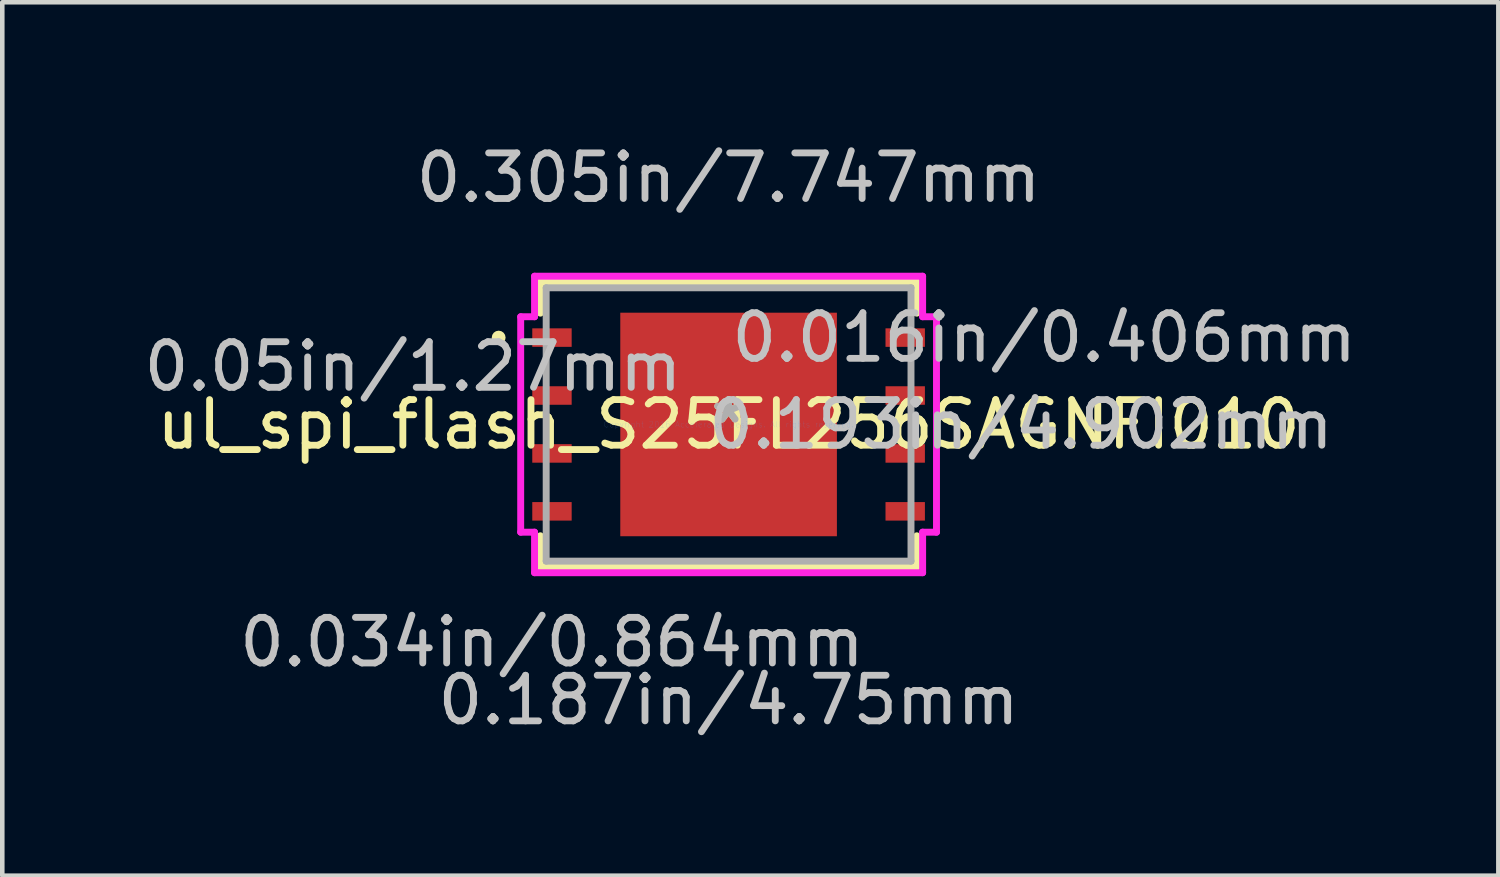
<source format=kicad_pcb>
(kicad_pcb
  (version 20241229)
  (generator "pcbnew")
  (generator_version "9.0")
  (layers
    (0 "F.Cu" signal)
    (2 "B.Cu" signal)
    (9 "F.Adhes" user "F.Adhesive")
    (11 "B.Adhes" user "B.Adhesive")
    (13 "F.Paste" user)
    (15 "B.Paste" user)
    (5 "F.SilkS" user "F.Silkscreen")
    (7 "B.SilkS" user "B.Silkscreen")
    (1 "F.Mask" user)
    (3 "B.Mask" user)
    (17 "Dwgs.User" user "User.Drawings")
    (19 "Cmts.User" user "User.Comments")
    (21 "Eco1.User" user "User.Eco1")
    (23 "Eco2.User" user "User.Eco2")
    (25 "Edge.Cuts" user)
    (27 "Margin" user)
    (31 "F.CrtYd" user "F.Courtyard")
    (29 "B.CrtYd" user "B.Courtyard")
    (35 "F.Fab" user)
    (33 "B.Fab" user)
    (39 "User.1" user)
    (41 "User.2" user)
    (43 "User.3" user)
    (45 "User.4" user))
  (footprint "ul_spi_flash_S25FL256SAGNFI010"
    (layer "F.Cu")
    (at 12.927 6.258)
    (property "Reference" "ul_spi_flash_S25FL256SAGNFI010" (at 0 0 0) (layer "F.SilkS") (effects (font (size 1 1) (thickness 0.15))))
    (attr through_hole)
    (fp_line (start -4.128 -3.124) (end -4.128 -2.441) (stroke (width 0.152) (type solid)) (layer "F.SilkS"))
    (fp_line (start -4.128 2.441) (end -4.128 3.124) (stroke (width 0.152) (type solid)) (layer "F.SilkS"))
    (fp_line (start -4.128 3.124) (end 4.128 3.124) (stroke (width 0.152) (type solid)) (layer "F.SilkS"))
    (fp_line (start 4.128 -3.124) (end -4.128 -3.124) (stroke (width 0.152) (type solid)) (layer "F.SilkS"))
    (fp_line (start 4.128 -2.441) (end 4.128 -3.124) (stroke (width 0.152) (type solid)) (layer "F.SilkS"))
    (fp_line (start 4.128 3.124) (end 4.128 2.441) (stroke (width 0.152) (type solid)) (layer "F.SilkS"))
    (fp_circle (center -5.042 -1.905) (end -4.966 -1.905) (stroke (width 0.152) (type solid)) (fill no) (layer "F.SilkS"))
    (fp_line (start -2.275 -2.351) (end -2.275 -0.917) (stroke (width 0.152) (type solid)) (layer "F.Paste"))
    (fp_line (start -2.275 -0.917) (end -0.892 -0.917) (stroke (width 0.152) (type solid)) (layer "F.Paste"))
    (fp_line (start -2.275 -0.717) (end -2.275 0.717) (stroke (width 0.152) (type solid)) (layer "F.Paste"))
    (fp_line (start -2.275 0.717) (end -0.892 0.717) (stroke (width 0.152) (type solid)) (layer "F.Paste"))
    (fp_line (start -2.275 0.917) (end -2.275 2.351) (stroke (width 0.152) (type solid)) (layer "F.Paste"))
    (fp_line (start -2.275 2.351) (end -0.892 2.351) (stroke (width 0.152) (type solid)) (layer "F.Paste"))
    (fp_line (start -0.892 -2.351) (end -2.275 -2.351) (stroke (width 0.152) (type solid)) (layer "F.Paste"))
    (fp_line (start -0.892 -0.917) (end -0.892 -2.351) (stroke (width 0.152) (type solid)) (layer "F.Paste"))
    (fp_line (start -0.892 -0.717) (end -2.275 -0.717) (stroke (width 0.152) (type solid)) (layer "F.Paste"))
    (fp_line (start -0.892 0.717) (end -0.892 -0.717) (stroke (width 0.152) (type solid)) (layer "F.Paste"))
    (fp_line (start -0.892 0.917) (end -2.275 0.917) (stroke (width 0.152) (type solid)) (layer "F.Paste"))
    (fp_line (start -0.892 2.351) (end -0.892 0.917) (stroke (width 0.152) (type solid)) (layer "F.Paste"))
    (fp_line (start -0.692 -2.351) (end -0.692 -0.917) (stroke (width 0.152) (type solid)) (layer "F.Paste"))
    (fp_line (start -0.692 -0.917) (end 0.692 -0.917) (stroke (width 0.152) (type solid)) (layer "F.Paste"))
    (fp_line (start -0.692 -0.717) (end -0.692 0.717) (stroke (width 0.152) (type solid)) (layer "F.Paste"))
    (fp_line (start -0.692 0.717) (end 0.692 0.717) (stroke (width 0.152) (type solid)) (layer "F.Paste"))
    (fp_line (start -0.692 0.917) (end -0.692 2.351) (stroke (width 0.152) (type solid)) (layer "F.Paste"))
    (fp_line (start -0.692 2.351) (end 0.692 2.351) (stroke (width 0.152) (type solid)) (layer "F.Paste"))
    (fp_line (start 0.692 -2.351) (end -0.692 -2.351) (stroke (width 0.152) (type solid)) (layer "F.Paste"))
    (fp_line (start 0.692 -0.917) (end 0.692 -2.351) (stroke (width 0.152) (type solid)) (layer "F.Paste"))
    (fp_line (start 0.692 -0.717) (end -0.692 -0.717) (stroke (width 0.152) (type solid)) (layer "F.Paste"))
    (fp_line (start 0.692 0.717) (end 0.692 -0.717) (stroke (width 0.152) (type solid)) (layer "F.Paste"))
    (fp_line (start 0.692 0.917) (end -0.692 0.917) (stroke (width 0.152) (type solid)) (layer "F.Paste"))
    (fp_line (start 0.692 2.351) (end 0.692 0.917) (stroke (width 0.152) (type solid)) (layer "F.Paste"))
    (fp_line (start 0.892 -2.351) (end 0.892 -0.917) (stroke (width 0.152) (type solid)) (layer "F.Paste"))
    (fp_line (start 0.892 -0.917) (end 2.275 -0.917) (stroke (width 0.152) (type solid)) (layer "F.Paste"))
    (fp_line (start 0.892 -0.717) (end 0.892 0.717) (stroke (width 0.152) (type solid)) (layer "F.Paste"))
    (fp_line (start 0.892 0.717) (end 2.275 0.717) (stroke (width 0.152) (type solid)) (layer "F.Paste"))
    (fp_line (start 0.892 0.917) (end 0.892 2.351) (stroke (width 0.152) (type solid)) (layer "F.Paste"))
    (fp_line (start 0.892 2.351) (end 2.275 2.351) (stroke (width 0.152) (type solid)) (layer "F.Paste"))
    (fp_line (start 2.275 -2.351) (end 0.892 -2.351) (stroke (width 0.152) (type solid)) (layer "F.Paste"))
    (fp_line (start 2.275 -0.917) (end 2.275 -2.351) (stroke (width 0.152) (type solid)) (layer "F.Paste"))
    (fp_line (start 2.275 -0.717) (end 0.892 -0.717) (stroke (width 0.152) (type solid)) (layer "F.Paste"))
    (fp_line (start 2.275 0.717) (end 2.275 -0.717) (stroke (width 0.152) (type solid)) (layer "F.Paste"))
    (fp_line (start 2.275 0.917) (end 0.892 0.917) (stroke (width 0.152) (type solid)) (layer "F.Paste"))
    (fp_line (start 2.275 2.351) (end 2.275 0.917) (stroke (width 0.152) (type solid)) (layer "F.Paste"))
    (fp_line (start -4.559 -2.362) (end -4.255 -2.362) (stroke (width 0.152) (type solid)) (layer "F.CrtYd"))
    (fp_line (start -4.559 2.362) (end -4.559 -2.362) (stroke (width 0.152) (type solid)) (layer "F.CrtYd"))
    (fp_line (start -4.255 -3.251) (end 4.255 -3.251) (stroke (width 0.152) (type solid)) (layer "F.CrtYd"))
    (fp_line (start -4.255 -2.362) (end -4.255 -3.251) (stroke (width 0.152) (type solid)) (layer "F.CrtYd"))
    (fp_line (start -4.255 2.362) (end -4.559 2.362) (stroke (width 0.152) (type solid)) (layer "F.CrtYd"))
    (fp_line (start -4.255 3.251) (end -4.255 2.362) (stroke (width 0.152) (type solid)) (layer "F.CrtYd"))
    (fp_line (start 4.255 -3.251) (end 4.255 -2.362) (stroke (width 0.152) (type solid)) (layer "F.CrtYd"))
    (fp_line (start 4.255 -2.362) (end 4.559 -2.362) (stroke (width 0.152) (type solid)) (layer "F.CrtYd"))
    (fp_line (start 4.255 2.362) (end 4.255 3.251) (stroke (width 0.152) (type solid)) (layer "F.CrtYd"))
    (fp_line (start 4.255 3.251) (end -4.255 3.251) (stroke (width 0.152) (type solid)) (layer "F.CrtYd"))
    (fp_line (start 4.559 -2.362) (end 4.559 2.362) (stroke (width 0.152) (type solid)) (layer "F.CrtYd"))
    (fp_line (start 4.559 2.362) (end 4.255 2.362) (stroke (width 0.152) (type solid)) (layer "F.CrtYd"))
    (fp_line (start -4 -2.997) (end -4 2.997) (stroke (width 0.152) (type solid)) (layer "F.Fab"))
    (fp_line (start -4 2.997) (end 4 2.997) (stroke (width 0.152) (type solid)) (layer "F.Fab"))
    (fp_line (start 4 -2.997) (end -4 -2.997) (stroke (width 0.152) (type solid)) (layer "F.Fab"))
    (fp_line (start 4 2.997) (end 4 -2.997) (stroke (width 0.152) (type solid)) (layer "F.Fab"))
    (fp_text user "*" (at 0 0 0) (layer "F.SilkS") (effects (font (size 1 1) (thickness 0.15))))
    (fp_text user "0.016in/0.406mm" (at 6.921 -1.905 0) (layer "Dwgs.User") (effects (font (size 1 1) (thickness 0.15))))
    (fp_text user "0.187in/4.75mm" (at 0 6.045 0) (layer "Dwgs.User") (effects (font (size 1 1) (thickness 0.15))))
    (fp_text user "0.034in/0.864mm" (at -3.873 4.775 0) (layer "Dwgs.User") (effects (font (size 1 1) (thickness 0.15))))
    (fp_text user "0.305in/7.747mm" (at 0 -5.41 0) (layer "Dwgs.User") (effects (font (size 1 1) (thickness 0.15))))
    (fp_text user "0.05in/1.27mm" (at -6.921 -1.27 0) (layer "Dwgs.User") (effects (font (size 1 1) (thickness 0.15))))
    (fp_text user "0.193in/4.902mm" (at 6.413 0 0) (layer "Dwgs.User") (effects (font (size 1 1) (thickness 0.15))))
    (fp_text user "Copyright 2016 Accelerated Designs. All rights reserved." (at 0 0 0) (layer "Cmts.User") (effects (font (size 0.127 0.127) (thickness 0.002))))
    (fp_text user "*" (at 0 0 0) (layer "F.Fab") (effects (font (size 1 1) (thickness 0.15))))
    (pad "1" smd rect (at -3.873 -1.905) (size 0.864 0.406) (layers "F.Cu" "F.Mask" "F.Paste"))
    (pad "2" smd rect (at -3.873 -0.635) (size 0.864 0.406) (layers "F.Cu" "F.Mask" "F.Paste"))
    (pad "3" smd rect (at -3.873 0.635) (size 0.864 0.406) (layers "F.Cu" "F.Mask" "F.Paste"))
    (pad "4" smd rect (at -3.873 1.905) (size 0.864 0.406) (layers "F.Cu" "F.Mask" "F.Paste"))
    (pad "5" smd rect (at 3.873 1.905) (size 0.864 0.406) (layers "F.Cu" "F.Mask" "F.Paste"))
    (pad "6" smd rect (at 3.873 0.635) (size 0.864 0.406) (layers "F.Cu" "F.Mask" "F.Paste"))
    (pad "7" smd rect (at 3.873 -0.635) (size 0.864 0.406) (layers "F.Cu" "F.Mask" "F.Paste"))
    (pad "8" smd rect (at 3.873 -1.905) (size 0.864 0.406) (layers "F.Cu" "F.Mask" "F.Paste"))
    (pad "9" smd rect (at 0 0) (size 4.75 4.902) (layers "F.Cu" "F.Mask" "F.Paste")))
  (gr_rect
    (start -3 -3)
    (end 29.807 16.152)
    (stroke (width 0.1) (type default))
    (fill no)
    (layer "Edge.Cuts")))
</source>
